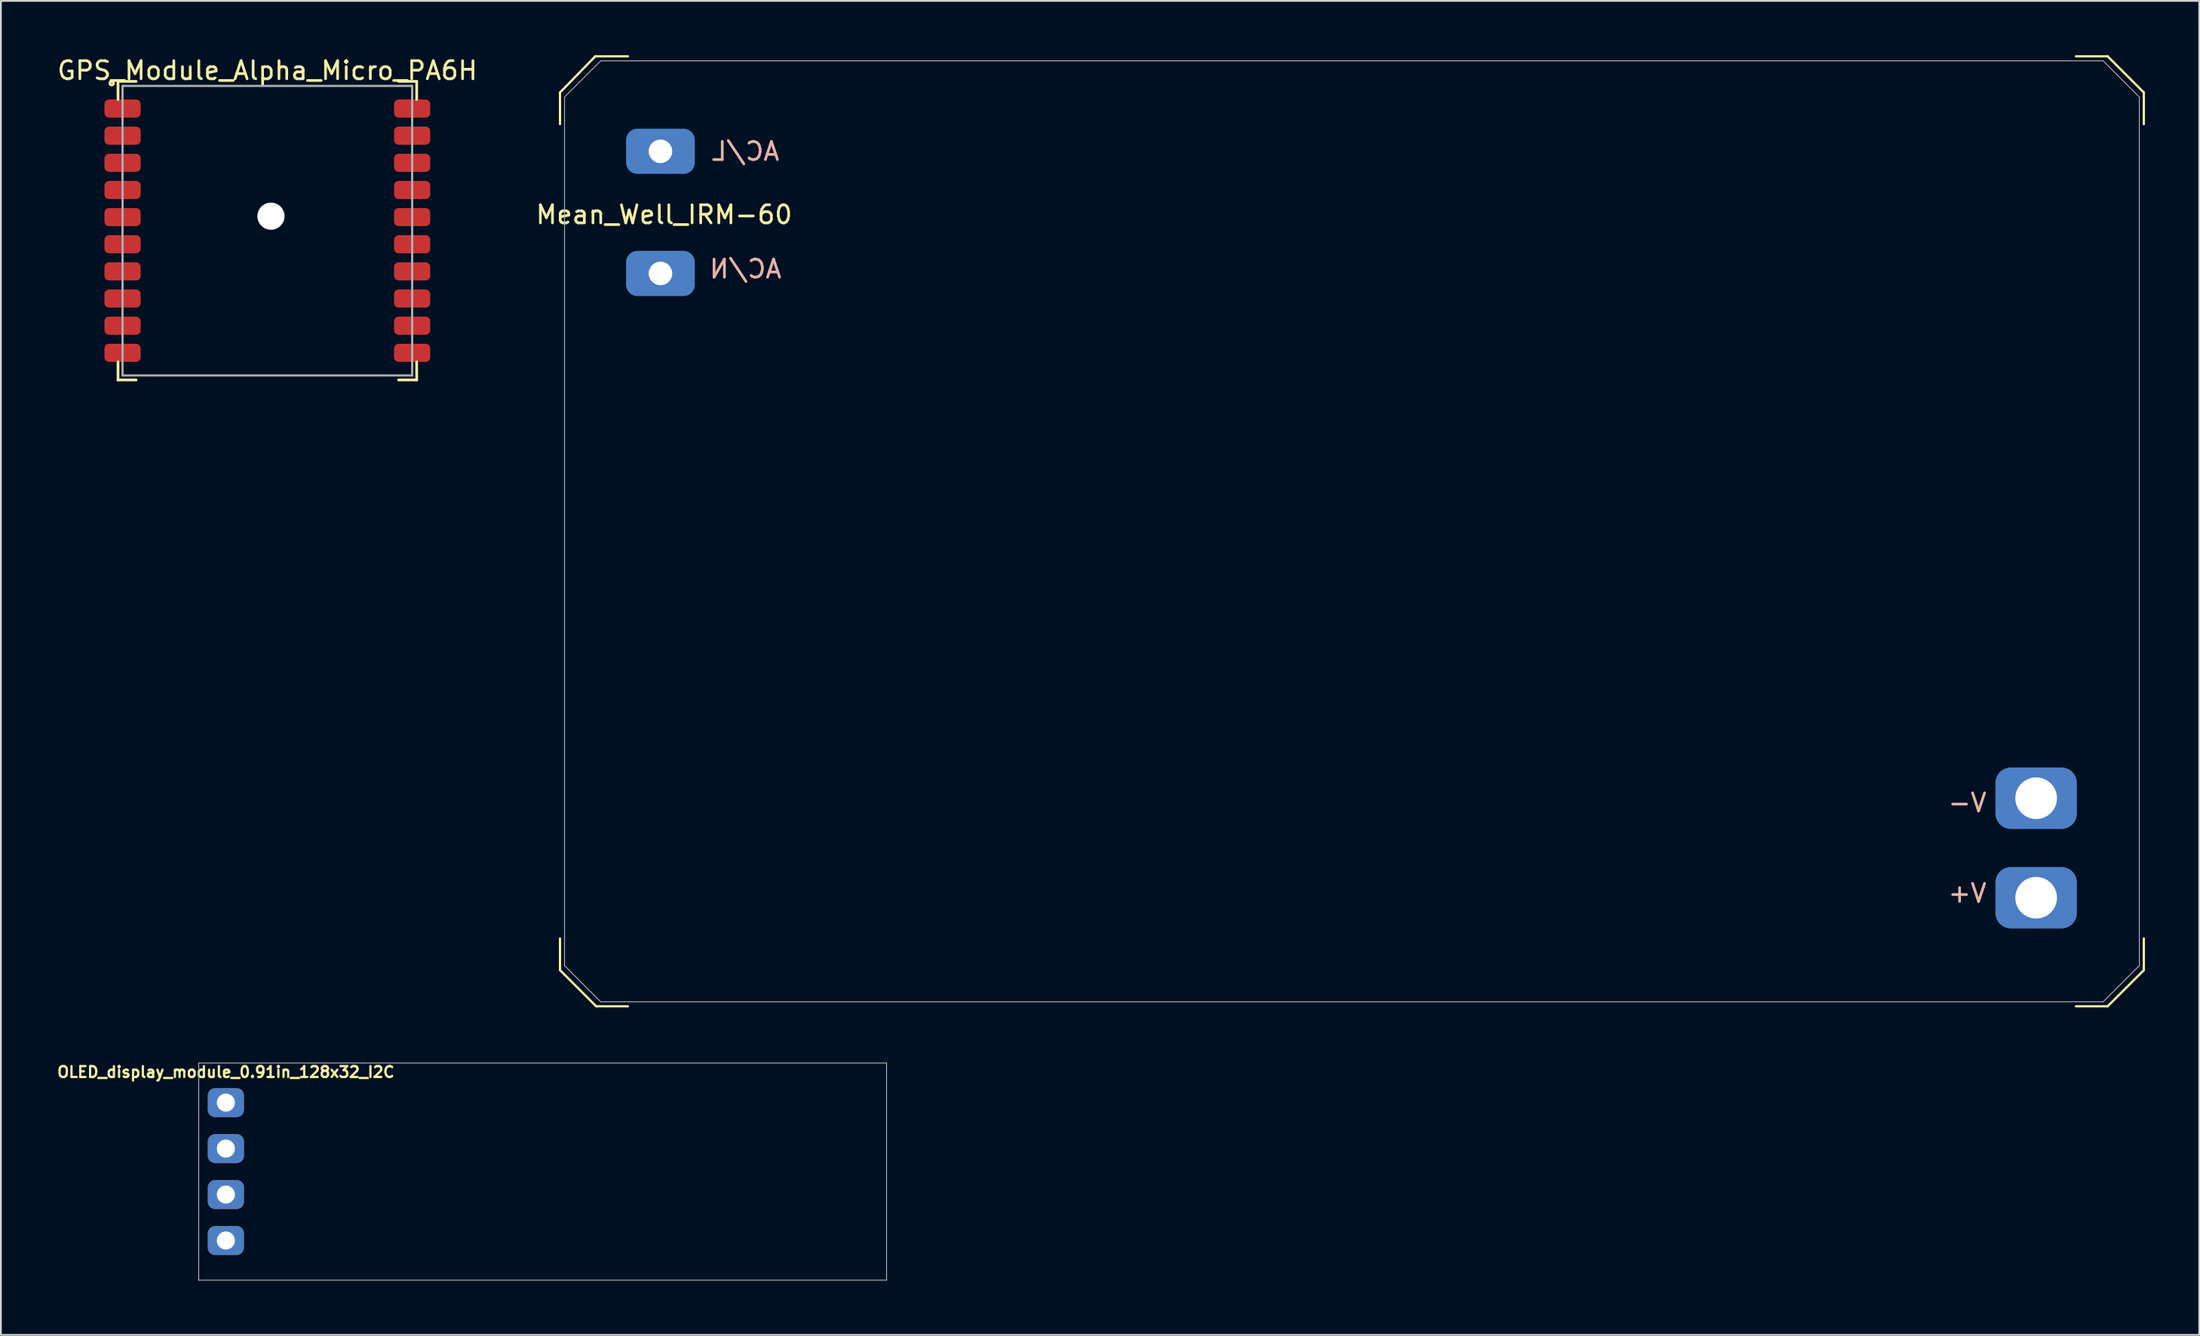
<source format=kicad_pcb>
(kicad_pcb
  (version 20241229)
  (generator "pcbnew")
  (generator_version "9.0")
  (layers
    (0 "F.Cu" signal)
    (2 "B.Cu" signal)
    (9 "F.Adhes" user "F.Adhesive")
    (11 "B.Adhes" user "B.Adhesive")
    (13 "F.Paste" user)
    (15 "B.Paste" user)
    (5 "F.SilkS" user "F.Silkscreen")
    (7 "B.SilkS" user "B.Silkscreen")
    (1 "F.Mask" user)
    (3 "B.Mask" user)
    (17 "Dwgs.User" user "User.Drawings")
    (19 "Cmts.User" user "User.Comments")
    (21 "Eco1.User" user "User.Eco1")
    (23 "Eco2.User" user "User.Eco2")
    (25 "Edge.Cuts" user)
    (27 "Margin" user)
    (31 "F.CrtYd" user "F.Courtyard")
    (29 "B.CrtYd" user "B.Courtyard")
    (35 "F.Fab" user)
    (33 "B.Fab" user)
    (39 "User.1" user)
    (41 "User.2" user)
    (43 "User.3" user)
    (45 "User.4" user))
  (footprint "GPS_Module_Alpha_Micro_PA6H"
    (layer "F.Cu")
    (at 11.72 9.698)
    (property "Reference" "GPS_Module_Alpha_Micro_PA6H" (at 0 -8.85 0) (layer "F.SilkS") (effects (font (size 1 1) (thickness 0.15))))
    (attr smd)
    (fp_line (start -8.25 -8.25) (end -7.25 -8.25) (stroke (width 0.15) (type solid)) (layer "F.SilkS"))
    (fp_line (start -8.25 -7.25) (end -8.25 -8.25) (stroke (width 0.15) (type solid)) (layer "F.SilkS"))
    (fp_line (start -8.25 7.25) (end -8.25 8.25) (stroke (width 0.15) (type solid)) (layer "F.SilkS"))
    (fp_line (start -8.25 8.25) (end -7.25 8.25) (stroke (width 0.15) (type solid)) (layer "F.SilkS"))
    (fp_line (start 7.25 -8.25) (end 8.25 -8.25) (stroke (width 0.15) (type solid)) (layer "F.SilkS"))
    (fp_line (start 7.25 8.25) (end 8.25 8.25) (stroke (width 0.15) (type solid)) (layer "F.SilkS"))
    (fp_line (start 8.25 -8.25) (end 8.25 -7.25) (stroke (width 0.15) (type solid)) (layer "F.SilkS"))
    (fp_line (start 8.25 8.25) (end 8.25 7.25) (stroke (width 0.15) (type solid)) (layer "F.SilkS"))
    (fp_circle (center -8.6 -8.15) (end -8.6 -8.25) (stroke (width 0.15) (type solid)) (fill no) (layer "F.SilkS"))
    (fp_line (start -8 -8) (end 8 -8) (stroke (width 0.12) (type solid)) (layer "F.Fab"))
    (fp_line (start -8 8) (end -8 -8) (stroke (width 0.12) (type solid)) (layer "F.Fab"))
    (fp_line (start 8 -8) (end 8 8) (stroke (width 0.12) (type solid)) (layer "F.Fab"))
    (fp_line (start 8 8) (end -8 8) (stroke (width 0.12) (type solid)) (layer "F.Fab"))
    (pad "" np_thru_hole circle (at 0.2 -0.8) (size 1.5 1.5) (drill 1.5) (layers "*.Cu" "*.Mask"))
    (pad "1" smd roundrect (at -8 -6.75) (size 2 1) (layers "F.Cu" "F.Mask" "F.Paste") (roundrect_rratio 0.25))
    (pad "2" smd roundrect (at -8 -5.25) (size 2 1) (layers "F.Cu" "F.Mask" "F.Paste") (roundrect_rratio 0.25))
    (pad "3" smd roundrect (at -8 -3.75) (size 2 1) (layers "F.Cu" "F.Mask" "F.Paste") (roundrect_rratio 0.25))
    (pad "4" smd roundrect (at -8 -2.25) (size 2 1) (layers "F.Cu" "F.Mask" "F.Paste") (roundrect_rratio 0.25))
    (pad "5" smd roundrect (at -8 -0.75) (size 2 1) (layers "F.Cu" "F.Mask" "F.Paste") (roundrect_rratio 0.25))
    (pad "6" smd roundrect (at -8 0.75) (size 2 1) (layers "F.Cu" "F.Mask" "F.Paste") (roundrect_rratio 0.25))
    (pad "7" smd roundrect (at -8 2.25) (size 2 1) (layers "F.Cu" "F.Mask" "F.Paste") (roundrect_rratio 0.25))
    (pad "8" smd roundrect (at -8 3.75) (size 2 1) (layers "F.Cu" "F.Mask" "F.Paste") (roundrect_rratio 0.25))
    (pad "9" smd roundrect (at -8 5.25) (size 2 1) (layers "F.Cu" "F.Mask" "F.Paste") (roundrect_rratio 0.25))
    (pad "10" smd roundrect (at -8 6.75) (size 2 1) (layers "F.Cu" "F.Mask" "F.Paste") (roundrect_rratio 0.25))
    (pad "11" smd roundrect (at 8 6.75) (size 2 1) (layers "F.Cu" "F.Mask" "F.Paste") (roundrect_rratio 0.25))
    (pad "12" smd roundrect (at 8 5.25) (size 2 1) (layers "F.Cu" "F.Mask" "F.Paste") (roundrect_rratio 0.25))
    (pad "13" smd roundrect (at 8 3.75) (size 2 1) (layers "F.Cu" "F.Mask" "F.Paste") (roundrect_rratio 0.25))
    (pad "14" smd roundrect (at 8 2.25) (size 2 1) (layers "F.Cu" "F.Mask" "F.Paste") (roundrect_rratio 0.25))
    (pad "15" smd roundrect (at 8 0.75) (size 2 1) (layers "F.Cu" "F.Mask" "F.Paste") (roundrect_rratio 0.25))
    (pad "16" smd roundrect (at 8 -0.75) (size 2 1) (layers "F.Cu" "F.Mask" "F.Paste") (roundrect_rratio 0.25))
    (pad "17" smd roundrect (at 8 -2.25) (size 2 1) (layers "F.Cu" "F.Mask" "F.Paste") (roundrect_rratio 0.25))
    (pad "18" smd roundrect (at 8 -3.75) (size 2 1) (layers "F.Cu" "F.Mask" "F.Paste") (roundrect_rratio 0.25))
    (pad "19" smd roundrect (at 8 -5.25) (size 2 1) (layers "F.Cu" "F.Mask" "F.Paste") (roundrect_rratio 0.25))
    (pad "20" smd roundrect (at 8 -6.75) (size 2 1) (layers "F.Cu" "F.Mask" "F.Paste") (roundrect_rratio 0.25)))
  (footprint "Mean_Well_IRM-60"
    (layer "F.Cu")
    (at 71.637 26.312)
    (property "Reference" "Mean_Well_IRM-60" (at -38 -17.5 180) (layer "F.SilkS") (effects (font (size 1 1) (thickness 0.15))))
    (attr through_hole)
    (fp_line (start -43.75 -24.25) (end -43.75 -22.5) (stroke (width 0.125) (type solid)) (layer "F.SilkS"))
    (fp_line (start -43.75 -24.25) (end -41.8 -26.25) (stroke (width 0.125) (type solid)) (layer "F.SilkS"))
    (fp_line (start -43.75 22.5) (end -43.75 24.25) (stroke (width 0.125) (type solid)) (layer "F.SilkS"))
    (fp_line (start -43.75 24.25) (end -41.75 26.25) (stroke (width 0.125) (type solid)) (layer "F.SilkS"))
    (fp_line (start -41.8 -26.25) (end -40 -26.25) (stroke (width 0.125) (type solid)) (layer "F.SilkS"))
    (fp_line (start -41.75 26.25) (end -40 26.25) (stroke (width 0.125) (type solid)) (layer "F.SilkS"))
    (fp_line (start 41.75 -26.25) (end 40 -26.25) (stroke (width 0.125) (type solid)) (layer "F.SilkS"))
    (fp_line (start 41.75 -26.25) (end 43.75 -24.25) (stroke (width 0.125) (type solid)) (layer "F.SilkS"))
    (fp_line (start 41.75 26.25) (end 40 26.25) (stroke (width 0.125) (type solid)) (layer "F.SilkS"))
    (fp_line (start 43.75 -24.25) (end 43.75 -22.5) (stroke (width 0.125) (type solid)) (layer "F.SilkS"))
    (fp_line (start 43.75 22.5) (end 43.75 24.25) (stroke (width 0.125) (type solid)) (layer "F.SilkS"))
    (fp_line (start 43.75 24.25) (end 41.75 26.25) (stroke (width 0.125) (type solid)) (layer "F.SilkS"))
    (fp_line (start -43.5 24) (end -43.5 -24) (stroke (width 0.05) (type solid)) (layer "F.Fab"))
    (fp_line (start -41.5 -26) (end -43.5 -24) (stroke (width 0.05) (type solid)) (layer "F.Fab"))
    (fp_line (start -41.5 -26) (end 41.5 -26) (stroke (width 0.05) (type solid)) (layer "F.Fab"))
    (fp_line (start -41.5 26) (end -43.5 24) (stroke (width 0.05) (type solid)) (layer "F.Fab"))
    (fp_line (start 41.5 -26) (end 43.5 -24) (stroke (width 0.05) (type solid)) (layer "F.Fab"))
    (fp_line (start 41.5 26) (end -41.5 26) (stroke (width 0.05) (type solid)) (layer "F.Fab"))
    (fp_line (start 41.5 26) (end 43.5 24) (stroke (width 0.05) (type solid)) (layer "F.Fab"))
    (fp_line (start 43.5 -24) (end 43.5 24) (stroke (width 0.05) (type solid)) (layer "F.Fab"))
    (fp_text user "AC/L" (at -33.5 -21 0) (layer "B.SilkS") (effects (font (size 1 1) (thickness 0.15)) (justify mirror)))
    (fp_text user "V+" (at 34 20 0) (layer "B.SilkS") (effects (font (size 1 1) (thickness 0.15)) (justify mirror)))
    (fp_text user "AC/N" (at -33.5 -14.5 0) (layer "B.SilkS") (effects (font (size 1 1) (thickness 0.15)) (justify mirror)))
    (fp_text user "V-" (at 34 15 0) (layer "B.SilkS") (effects (font (size 1 1) (thickness 0.15)) (justify mirror)))
    (pad "1" thru_hole circle (at -38.2 -21) (size 1.9 1.9) (drill 1.3) (layers "*.Cu" "*.Mask"))
    (pad "1" connect roundrect (at -38.2 -21) (size 3.8 2.5) (layers "B.Cu" "B.Mask") (roundrect_rratio 0.25))
    (pad "2" thru_hole circle (at -38.2 -14.25) (size 1.9 1.9) (drill 1.3) (layers "*.Cu" "*.Mask"))
    (pad "2" connect roundrect (at -38.2 -14.25) (size 3.8 2.5) (layers "B.Cu" "B.Mask") (roundrect_rratio 0.25))
    (pad "3" thru_hole circle (at 37.8 14.75) (size 2.9 2.9) (drill 2.3) (layers "*.Cu" "*.Mask"))
    (pad "3" connect roundrect (at 37.8 14.75) (size 4.5 3.4) (layers "B.Cu" "B.Mask") (roundrect_rratio 0.25))
    (pad "4" thru_hole circle (at 37.8 20.25) (size 2.9 2.9) (drill 2.3) (layers "*.Cu" "*.Mask"))
    (pad "4" connect roundrect (at 37.8 20.25) (size 4.5 3.4) (layers "B.Cu" "B.Mask") (roundrect_rratio 0.25)))
  (footprint "OLED_display_module_0.91in_128x32_I2C"
    (layer "F.Cu")
    (at 9.428 61.695)
    (property "Reference" "OLED_display_module_0.91in_128x32_I2C" (at 0 -5.5 180) (layer "F.SilkS") (effects (font (size 0.6 0.6) (thickness 0.125))))
    (attr through_hole)
    (fp_line (start -1.5 -6) (end -1.5 6) (stroke (width 0.05) (type solid)) (layer "F.Fab"))
    (fp_line (start -1.5 -6) (end 36.5 -6) (stroke (width 0.05) (type solid)) (layer "F.Fab"))
    (fp_line (start -1.5 6) (end 36.5 6) (stroke (width 0.05) (type solid)) (layer "F.Fab"))
    (fp_line (start 36.5 6) (end 36.5 -6) (stroke (width 0.05) (type solid)) (layer "F.Fab"))
    (pad "1" thru_hole roundrect (at 0 -3.81) (size 2 1.6) (drill 1) (layers "*.Cu" "*.Mask") (roundrect_rratio 0.25))
    (pad "2" thru_hole roundrect (at 0 -1.27) (size 2 1.6) (drill 1) (layers "*.Cu" "*.Mask") (roundrect_rratio 0.25))
    (pad "3" thru_hole roundrect (at 0 1.27) (size 2 1.6) (drill 1) (layers "*.Cu" "*.Mask") (roundrect_rratio 0.25))
    (pad "4" thru_hole roundrect (at 0 3.81) (size 2 1.6) (drill 1) (layers "*.Cu" "*.Mask") (roundrect_rratio 0.25)))
  (gr_rect
    (start -3 -3)
    (end 118.449 70.72)
    (stroke (width 0.1) (type default))
    (fill no)
    (layer "Edge.Cuts")))
</source>
